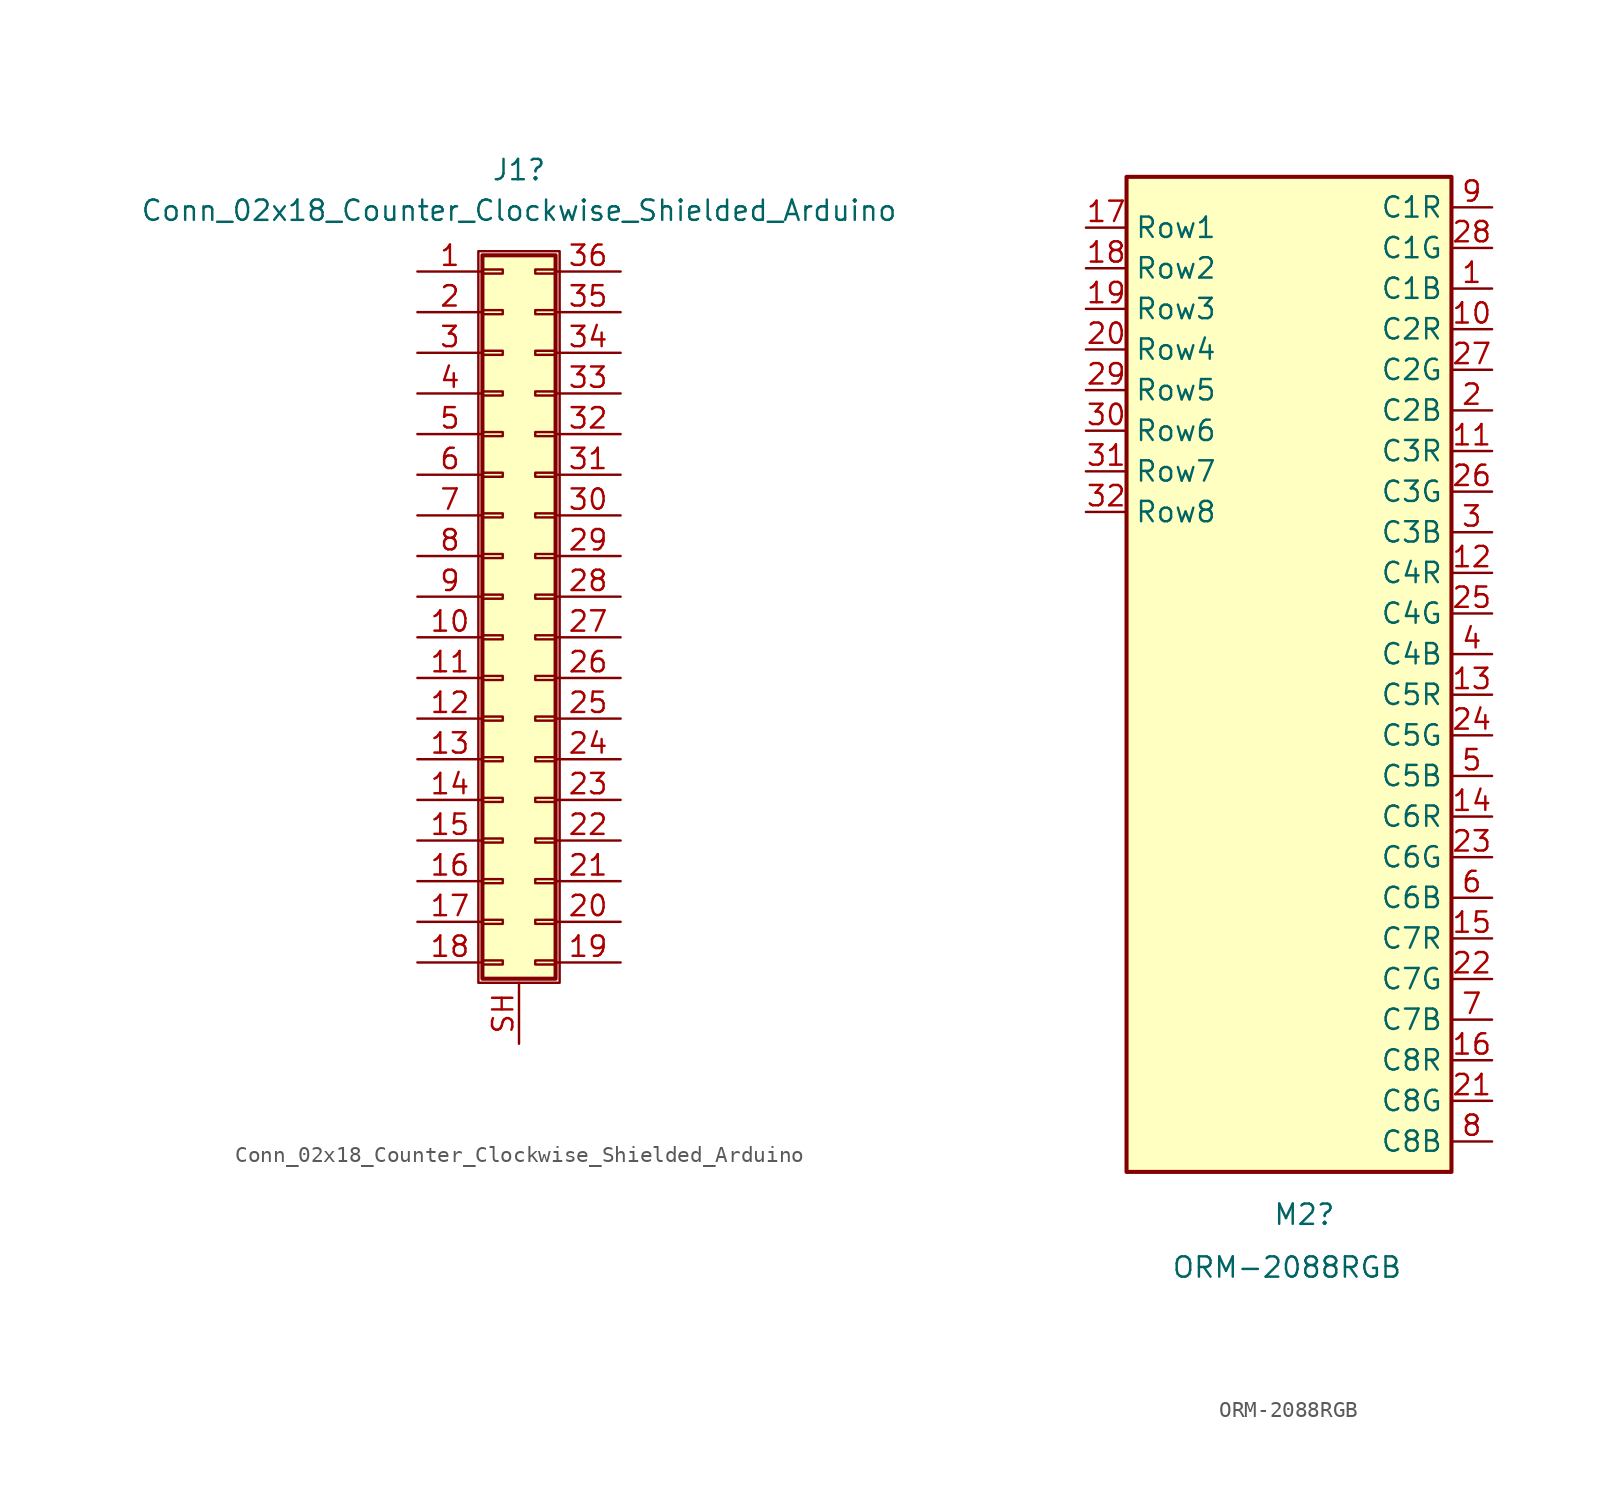
<source format=kicad_sym>
(kicad_symbol_lib
  (version 20231120)
  (generator "kicad_symbol_editor")
  (generator_version "8.0")
  (symbol "Conn_02x18_Counter_Clockwise_Shielded_Arduino"
    (pin_names
      (offset 1.016) hide)
    (property "Reference" "J1"
      (at 1.27 26.67 0)
      (effects (font (size 1.27 1.27))))
    (property "Value" "Conn_02x18_Counter_Clockwise_Shielded_Arduino"
      (at 1.27 24.13 0)
      (effects (font (size 1.27 1.27))))
    (symbol "Conn_02x18_Counter_Clockwise_Shielded_Arduino_1_1"
      (rectangle (start -1.27 21.59) (end 3.81 -24.13) (stroke (width 0.152) (type default)) (fill (type none)))
      (rectangle (start -1.016 -22.733) (end 0.254 -22.987) (stroke (width 0.152) (type default)) (fill (type none)))
      (rectangle (start -1.016 -20.193) (end 0.254 -20.447) (stroke (width 0.152) (type default)) (fill (type none)))
      (rectangle (start -1.016 -17.653) (end 0.254 -17.907) (stroke (width 0.152) (type default)) (fill (type none)))
      (rectangle (start -1.016 -15.113) (end 0.254 -15.367) (stroke (width 0.152) (type default)) (fill (type none)))
      (rectangle (start -1.016 -12.573) (end 0.254 -12.827) (stroke (width 0.152) (type default)) (fill (type none)))
      (rectangle (start -1.016 -10.033) (end 0.254 -10.287) (stroke (width 0.152) (type default)) (fill (type none)))
      (rectangle (start -1.016 -7.493) (end 0.254 -7.747) (stroke (width 0.152) (type default)) (fill (type none)))
      (rectangle (start -1.016 -4.953) (end 0.254 -5.207) (stroke (width 0.152) (type default)) (fill (type none)))
      (rectangle (start -1.016 -2.413) (end 0.254 -2.667) (stroke (width 0.152) (type default)) (fill (type none)))
      (rectangle (start -1.016 0.127) (end 0.254 -0.127) (stroke (width 0.152) (type default)) (fill (type none)))
      (rectangle (start -1.016 2.667) (end 0.254 2.413) (stroke (width 0.152) (type default)) (fill (type none)))
      (rectangle (start -1.016 5.207) (end 0.254 4.953) (stroke (width 0.152) (type default)) (fill (type none)))
      (rectangle (start -1.016 7.747) (end 0.254 7.493) (stroke (width 0.152) (type default)) (fill (type none)))
      (rectangle (start -1.016 10.287) (end 0.254 10.033) (stroke (width 0.152) (type default)) (fill (type none)))
      (rectangle (start -1.016 12.827) (end 0.254 12.573) (stroke (width 0.152) (type default)) (fill (type none)))
      (rectangle (start -1.016 15.367) (end 0.254 15.113) (stroke (width 0.152) (type default)) (fill (type none)))
      (rectangle (start -1.016 17.907) (end 0.254 17.653) (stroke (width 0.152) (type default)) (fill (type none)))
      (rectangle (start -1.016 20.447) (end 0.254 20.193) (stroke (width 0.152) (type default)) (fill (type none)))
      (rectangle (start -1.016 21.336) (end 3.556 -23.876) (stroke (width 0.254) (type default)) (fill (type background)))
      (rectangle (start 3.556 -22.733) (end 2.286 -22.987) (stroke (width 0.152) (type default)) (fill (type none)))
      (rectangle (start 3.556 -20.193) (end 2.286 -20.447) (stroke (width 0.152) (type default)) (fill (type none)))
      (rectangle (start 3.556 -17.653) (end 2.286 -17.907) (stroke (width 0.152) (type default)) (fill (type none)))
      (rectangle (start 3.556 -15.113) (end 2.286 -15.367) (stroke (width 0.152) (type default)) (fill (type none)))
      (rectangle (start 3.556 -12.573) (end 2.286 -12.827) (stroke (width 0.152) (type default)) (fill (type none)))
      (rectangle (start 3.556 -10.033) (end 2.286 -10.287) (stroke (width 0.152) (type default)) (fill (type none)))
      (rectangle (start 3.556 -7.493) (end 2.286 -7.747) (stroke (width 0.152) (type default)) (fill (type none)))
      (rectangle (start 3.556 -4.953) (end 2.286 -5.207) (stroke (width 0.152) (type default)) (fill (type none)))
      (rectangle (start 3.556 -2.413) (end 2.286 -2.667) (stroke (width 0.152) (type default)) (fill (type none)))
      (rectangle (start 3.556 0.127) (end 2.286 -0.127) (stroke (width 0.152) (type default)) (fill (type none)))
      (rectangle (start 3.556 2.667) (end 2.286 2.413) (stroke (width 0.152) (type default)) (fill (type none)))
      (rectangle (start 3.556 5.207) (end 2.286 4.953) (stroke (width 0.152) (type default)) (fill (type none)))
      (rectangle (start 3.556 7.747) (end 2.286 7.493) (stroke (width 0.152) (type default)) (fill (type none)))
      (rectangle (start 3.556 10.287) (end 2.286 10.033) (stroke (width 0.152) (type default)) (fill (type none)))
      (rectangle (start 3.556 12.827) (end 2.286 12.573) (stroke (width 0.152) (type default)) (fill (type none)))
      (rectangle (start 3.556 15.367) (end 2.286 15.113) (stroke (width 0.152) (type default)) (fill (type none)))
      (rectangle (start 3.556 17.907) (end 2.286 17.653) (stroke (width 0.152) (type default)) (fill (type none)))
      (rectangle (start 3.556 20.447) (end 2.286 20.193) (stroke (width 0.152) (type default)) (fill (type none)))
      (pin passive line (at -5.08 20.32 0) (length 4.064) (name "Pin_1" (effects (font (size 1.27 1.27)))) (number "1" (effects (font (size 1.27 1.27)))))
      (pin passive line (at -5.08 -2.54 0) (length 4.064) (name "Pin_10" (effects (font (size 1.27 1.27)))) (number "10" (effects (font (size 1.27 1.27)))))
      (pin passive line (at -5.08 -5.08 0) (length 4.064) (name "Pin_11" (effects (font (size 1.27 1.27)))) (number "11" (effects (font (size 1.27 1.27)))))
      (pin passive line (at -5.08 -7.62 0) (length 4.064) (name "Pin_12" (effects (font (size 1.27 1.27)))) (number "12" (effects (font (size 1.27 1.27)))))
      (pin passive line (at -5.08 -10.16 0) (length 4.064) (name "Pin_13" (effects (font (size 1.27 1.27)))) (number "13" (effects (font (size 1.27 1.27)))))
      (pin passive line (at -5.08 -12.7 0) (length 4.064) (name "Pin_14" (effects (font (size 1.27 1.27)))) (number "14" (effects (font (size 1.27 1.27)))))
      (pin passive line (at -5.08 -15.24 0) (length 4.064) (name "Pin_15" (effects (font (size 1.27 1.27)))) (number "15" (effects (font (size 1.27 1.27)))))
      (pin passive line (at -5.08 -17.78 0) (length 4.064) (name "Pin_16" (effects (font (size 1.27 1.27)))) (number "16" (effects (font (size 1.27 1.27)))))
      (pin passive line (at -5.08 -20.32 0) (length 4.064) (name "Pin_17" (effects (font (size 1.27 1.27)))) (number "17" (effects (font (size 1.27 1.27)))))
      (pin passive line (at -5.08 -22.86 0) (length 4.064) (name "Pin_18" (effects (font (size 1.27 1.27)))) (number "18" (effects (font (size 1.27 1.27)))))
      (pin passive line (at 7.62 -22.86 180) (length 4.064) (name "Pin_19" (effects (font (size 1.27 1.27)))) (number "19" (effects (font (size 1.27 1.27)))))
      (pin passive line (at -5.08 17.78 0) (length 4.064) (name "Pin_2" (effects (font (size 1.27 1.27)))) (number "2" (effects (font (size 1.27 1.27)))))
      (pin passive line (at 7.62 -20.32 180) (length 4.064) (name "Pin_20" (effects (font (size 1.27 1.27)))) (number "20" (effects (font (size 1.27 1.27)))))
      (pin passive line (at 7.62 -17.78 180) (length 4.064) (name "Pin_21" (effects (font (size 1.27 1.27)))) (number "21" (effects (font (size 1.27 1.27)))))
      (pin passive line (at 7.62 -15.24 180) (length 4.064) (name "Pin_22" (effects (font (size 1.27 1.27)))) (number "22" (effects (font (size 1.27 1.27)))))
      (pin passive line (at 7.62 -12.7 180) (length 4.064) (name "Pin_23" (effects (font (size 1.27 1.27)))) (number "23" (effects (font (size 1.27 1.27)))))
      (pin passive line (at 7.62 -10.16 180) (length 4.064) (name "Pin_24" (effects (font (size 1.27 1.27)))) (number "24" (effects (font (size 1.27 1.27)))))
      (pin passive line (at 7.62 -7.62 180) (length 4.064) (name "Pin_25" (effects (font (size 1.27 1.27)))) (number "25" (effects (font (size 1.27 1.27)))))
      (pin passive line (at 7.62 -5.08 180) (length 4.064) (name "Pin_26" (effects (font (size 1.27 1.27)))) (number "26" (effects (font (size 1.27 1.27)))))
      (pin passive line (at 7.62 -2.54 180) (length 4.064) (name "Pin_27" (effects (font (size 1.27 1.27)))) (number "27" (effects (font (size 1.27 1.27)))))
      (pin passive line (at 7.62 0 180) (length 4.064) (name "Pin_28" (effects (font (size 1.27 1.27)))) (number "28" (effects (font (size 1.27 1.27)))))
      (pin passive line (at 7.62 2.54 180) (length 4.064) (name "Pin_29" (effects (font (size 1.27 1.27)))) (number "29" (effects (font (size 1.27 1.27)))))
      (pin passive line (at -5.08 15.24 0) (length 4.064) (name "Pin_3" (effects (font (size 1.27 1.27)))) (number "3" (effects (font (size 1.27 1.27)))))
      (pin passive line (at 7.62 5.08 180) (length 4.064) (name "Pin_30" (effects (font (size 1.27 1.27)))) (number "30" (effects (font (size 1.27 1.27)))))
      (pin passive line (at 7.62 7.62 180) (length 4.064) (name "Pin_31" (effects (font (size 1.27 1.27)))) (number "31" (effects (font (size 1.27 1.27)))))
      (pin passive line (at 7.62 10.16 180) (length 4.064) (name "Pin_32" (effects (font (size 1.27 1.27)))) (number "32" (effects (font (size 1.27 1.27)))))
      (pin passive line (at 7.62 12.7 180) (length 4.064) (name "Pin_33" (effects (font (size 1.27 1.27)))) (number "33" (effects (font (size 1.27 1.27)))))
      (pin passive line (at 7.62 15.24 180) (length 4.064) (name "Pin_34" (effects (font (size 1.27 1.27)))) (number "34" (effects (font (size 1.27 1.27)))))
      (pin passive line (at 7.62 17.78 180) (length 4.064) (name "Pin_35" (effects (font (size 1.27 1.27)))) (number "35" (effects (font (size 1.27 1.27)))))
      (pin passive line (at 7.62 20.32 180) (length 4.064) (name "Pin_36" (effects (font (size 1.27 1.27)))) (number "36" (effects (font (size 1.27 1.27)))))
      (pin passive line (at -5.08 12.7 0) (length 4.064) (name "Pin_4" (effects (font (size 1.27 1.27)))) (number "4" (effects (font (size 1.27 1.27)))))
      (pin passive line (at -5.08 10.16 0) (length 4.064) (name "Pin_5" (effects (font (size 1.27 1.27)))) (number "5" (effects (font (size 1.27 1.27)))))
      (pin passive line (at -5.08 7.62 0) (length 4.064) (name "Pin_6" (effects (font (size 1.27 1.27)))) (number "6" (effects (font (size 1.27 1.27)))))
      (pin passive line (at -5.08 5.08 0) (length 4.064) (name "Pin_7" (effects (font (size 1.27 1.27)))) (number "7" (effects (font (size 1.27 1.27)))))
      (pin passive line (at -5.08 2.54 0) (length 4.064) (name "Pin_8" (effects (font (size 1.27 1.27)))) (number "8" (effects (font (size 1.27 1.27)))))
      (pin passive line (at -5.08 0 0) (length 4.064) (name "Pin_9" (effects (font (size 1.27 1.27)))) (number "9" (effects (font (size 1.27 1.27)))))
      (pin passive line (at 1.27 -27.94 90) (length 3.81) (name "Shield" (effects (font (size 1.27 1.27)))) (number "SH" (effects (font (size 1.27 1.27)))))))
  (symbol "ORM-2088RGB"
    (property "Reference" "M2"
      (at -1.016 -33.782 0)
      (effects (font (size 1.27 1.27)) (justify left)))
    (property "Value" "ORM-2088RGB"
      (at -7.366 -37.084 0)
      (effects (font (size 1.27 1.27)) (justify left)))
    (symbol "ORM-2088RGB_0_1"
      (rectangle (start -10.16 31.115) (end 10.16 -31.115) (stroke (width 0.254) (type default)) (fill (type background))))
    (symbol "ORM-2088RGB_1_0"
      (pin output line (at 12.7 -26.67 180) (length 2.54) (name "C8G" (effects (font (size 1.27 1.27)))) (number "21" (effects (font (size 1.27 1.27)))))
      (pin output line (at 12.7 -29.21 180) (length 2.54) (name "C8B" (effects (font (size 1.27 1.27)))) (number "8" (effects (font (size 1.27 1.27))))))
    (symbol "ORM-2088RGB_1_1"
      (pin output line (at 12.7 24.13 180) (length 2.54) (name "C1B" (effects (font (size 1.27 1.27)))) (number "1" (effects (font (size 1.27 1.27)))))
      (pin output line (at 12.7 21.59 180) (length 2.54) (name "C2R" (effects (font (size 1.27 1.27)))) (number "10" (effects (font (size 1.27 1.27)))))
      (pin output line (at 12.7 13.97 180) (length 2.54) (name "C3R" (effects (font (size 1.27 1.27)))) (number "11" (effects (font (size 1.27 1.27)))))
      (pin output line (at 12.7 6.35 180) (length 2.54) (name "C4R" (effects (font (size 1.27 1.27)))) (number "12" (effects (font (size 1.27 1.27)))))
      (pin output line (at 12.7 -1.27 180) (length 2.54) (name "C5R" (effects (font (size 1.27 1.27)))) (number "13" (effects (font (size 1.27 1.27)))))
      (pin output line (at 12.7 -8.89 180) (length 2.54) (name "C6R" (effects (font (size 1.27 1.27)))) (number "14" (effects (font (size 1.27 1.27)))))
      (pin output line (at 12.7 -16.51 180) (length 2.54) (name "C7R" (effects (font (size 1.27 1.27)))) (number "15" (effects (font (size 1.27 1.27)))))
      (pin output line (at 12.7 -24.13 180) (length 2.54) (name "C8R" (effects (font (size 1.27 1.27)))) (number "16" (effects (font (size 1.27 1.27)))))
      (pin input line (at -12.7 27.94 0) (length 2.54) (name "Row1" (effects (font (size 1.27 1.27)))) (number "17" (effects (font (size 1.27 1.27)))))
      (pin input line (at -12.7 25.4 0) (length 2.54) (name "Row2" (effects (font (size 1.27 1.27)))) (number "18" (effects (font (size 1.27 1.27)))))
      (pin input line (at -12.7 22.86 0) (length 2.54) (name "Row3" (effects (font (size 1.27 1.27)))) (number "19" (effects (font (size 1.27 1.27)))))
      (pin output line (at 12.7 16.51 180) (length 2.54) (name "C2B" (effects (font (size 1.27 1.27)))) (number "2" (effects (font (size 1.27 1.27)))))
      (pin input line (at -12.7 20.32 0) (length 2.54) (name "Row4" (effects (font (size 1.27 1.27)))) (number "20" (effects (font (size 1.27 1.27)))))
      (pin output line (at 12.7 -19.05 180) (length 2.54) (name "C7G" (effects (font (size 1.27 1.27)))) (number "22" (effects (font (size 1.27 1.27)))))
      (pin output line (at 12.7 -11.43 180) (length 2.54) (name "C6G" (effects (font (size 1.27 1.27)))) (number "23" (effects (font (size 1.27 1.27)))))
      (pin output line (at 12.7 -3.81 180) (length 2.54) (name "C5G" (effects (font (size 1.27 1.27)))) (number "24" (effects (font (size 1.27 1.27)))))
      (pin output line (at 12.7 3.81 180) (length 2.54) (name "C4G" (effects (font (size 1.27 1.27)))) (number "25" (effects (font (size 1.27 1.27)))))
      (pin output line (at 12.7 11.43 180) (length 2.54) (name "C3G" (effects (font (size 1.27 1.27)))) (number "26" (effects (font (size 1.27 1.27)))))
      (pin output line (at 12.7 19.05 180) (length 2.54) (name "C2G" (effects (font (size 1.27 1.27)))) (number "27" (effects (font (size 1.27 1.27)))))
      (pin output line (at 12.7 26.67 180) (length 2.54) (name "C1G" (effects (font (size 1.27 1.27)))) (number "28" (effects (font (size 1.27 1.27)))))
      (pin input line (at -12.7 17.78 0) (length 2.54) (name "Row5" (effects (font (size 1.27 1.27)))) (number "29" (effects (font (size 1.27 1.27)))))
      (pin output line (at 12.7 8.89 180) (length 2.54) (name "C3B" (effects (font (size 1.27 1.27)))) (number "3" (effects (font (size 1.27 1.27)))))
      (pin input line (at -12.7 15.24 0) (length 2.54) (name "Row6" (effects (font (size 1.27 1.27)))) (number "30" (effects (font (size 1.27 1.27)))))
      (pin input line (at -12.7 12.7 0) (length 2.54) (name "Row7" (effects (font (size 1.27 1.27)))) (number "31" (effects (font (size 1.27 1.27)))))
      (pin input line (at -12.7 10.16 0) (length 2.54) (name "Row8" (effects (font (size 1.27 1.27)))) (number "32" (effects (font (size 1.27 1.27)))))
      (pin output line (at 12.7 1.27 180) (length 2.54) (name "C4B" (effects (font (size 1.27 1.27)))) (number "4" (effects (font (size 1.27 1.27)))))
      (pin output line (at 12.7 -6.35 180) (length 2.54) (name "C5B" (effects (font (size 1.27 1.27)))) (number "5" (effects (font (size 1.27 1.27)))))
      (pin output line (at 12.7 -13.97 180) (length 2.54) (name "C6B" (effects (font (size 1.27 1.27)))) (number "6" (effects (font (size 1.27 1.27)))))
      (pin output line (at 12.7 -21.59 180) (length 2.54) (name "C7B" (effects (font (size 1.27 1.27)))) (number "7" (effects (font (size 1.27 1.27)))))
      (pin output line (at 12.7 29.21 180) (length 2.54) (name "C1R" (effects (font (size 1.27 1.27)))) (number "9" (effects (font (size 1.27 1.27))))))))
</source>
